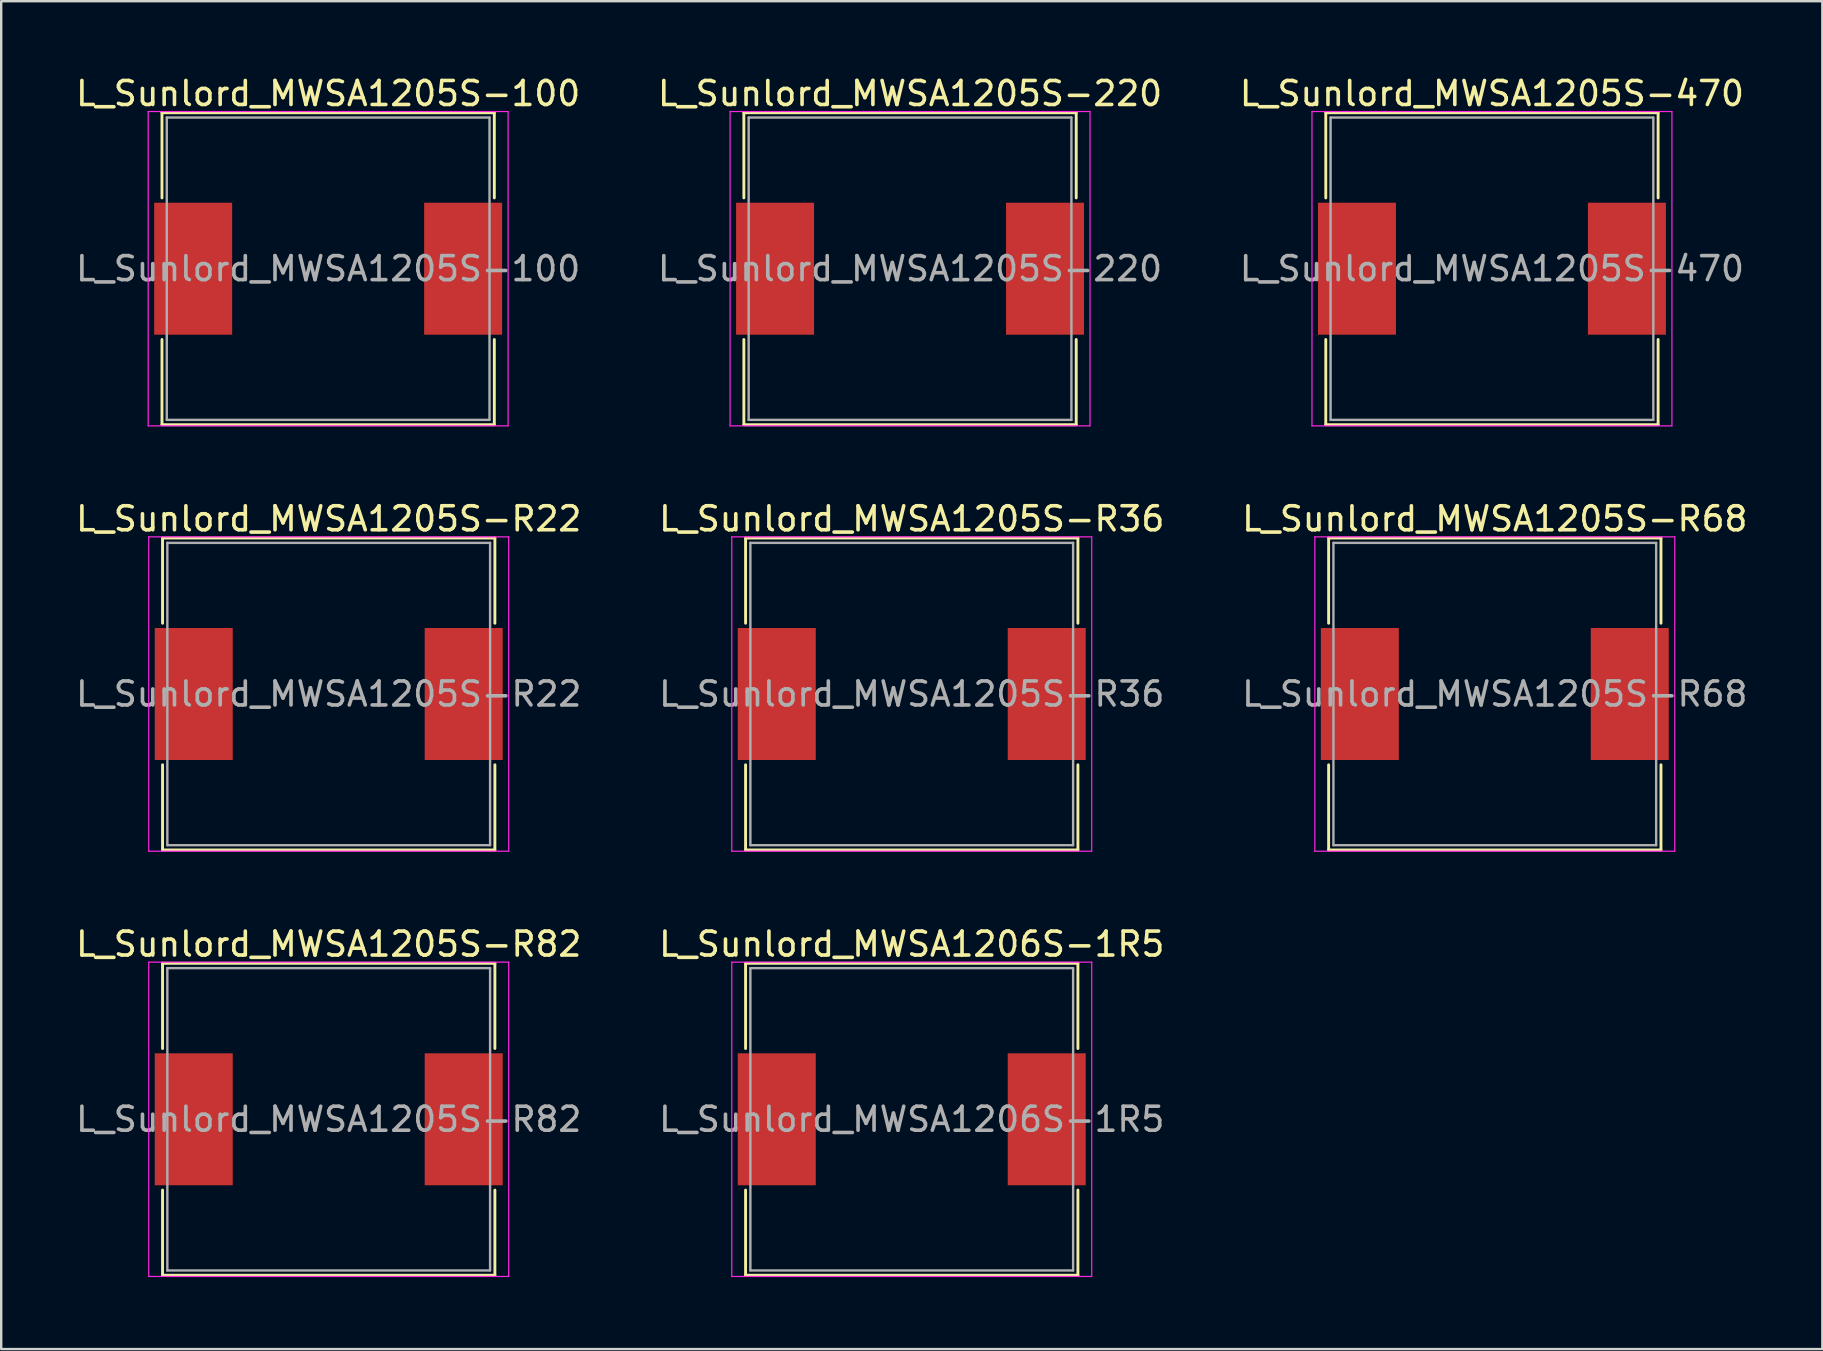
<source format=kicad_pcb>
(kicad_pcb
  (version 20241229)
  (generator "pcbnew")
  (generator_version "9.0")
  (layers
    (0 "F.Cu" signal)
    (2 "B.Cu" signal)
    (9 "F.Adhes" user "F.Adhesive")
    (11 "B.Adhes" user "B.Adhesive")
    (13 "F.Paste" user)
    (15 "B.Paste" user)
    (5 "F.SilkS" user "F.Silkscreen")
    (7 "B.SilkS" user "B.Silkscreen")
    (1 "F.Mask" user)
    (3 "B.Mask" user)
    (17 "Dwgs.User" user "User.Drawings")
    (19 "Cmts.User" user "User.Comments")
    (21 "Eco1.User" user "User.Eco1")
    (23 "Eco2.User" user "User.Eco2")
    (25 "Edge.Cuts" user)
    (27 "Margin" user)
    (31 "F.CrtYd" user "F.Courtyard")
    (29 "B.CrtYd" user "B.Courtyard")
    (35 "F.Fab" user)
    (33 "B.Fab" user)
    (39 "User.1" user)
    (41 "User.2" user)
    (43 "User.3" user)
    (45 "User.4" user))
  (footprint "L_Sunlord_MWSA1206S-1R5"
    (layer "F.Cu")
    (at 34.946 43.595)
    (property "Reference" "L_Sunlord_MWSA1206S-1R5" (at 0 -7.3 0) (layer "F.SilkS") (effects (font (size 1 1) (thickness 0.15))))
    (attr smd)
    (fp_line (start -6.925 -6.5) (end -6.925 -2.95) (stroke (width 0.12) (type solid)) (layer "F.SilkS"))
    (fp_line (start -6.925 -6.5) (end 6.925 -6.5) (stroke (width 0.12) (type solid)) (layer "F.SilkS"))
    (fp_line (start -6.925 6.5) (end -6.925 2.95) (stroke (width 0.12) (type solid)) (layer "F.SilkS"))
    (fp_line (start -6.925 6.5) (end 6.925 6.5) (stroke (width 0.12) (type solid)) (layer "F.SilkS"))
    (fp_line (start 6.925 -6.5) (end 6.925 -2.95) (stroke (width 0.12) (type solid)) (layer "F.SilkS"))
    (fp_line (start 6.925 6.5) (end 6.925 2.95) (stroke (width 0.12) (type solid)) (layer "F.SilkS"))
    (fp_line (start -7.5 -6.55) (end -7.5 6.55) (stroke (width 0.05) (type solid)) (layer "F.CrtYd"))
    (fp_line (start -7.5 6.55) (end 7.5 6.55) (stroke (width 0.05) (type solid)) (layer "F.CrtYd"))
    (fp_line (start 7.5 -6.55) (end -7.5 -6.55) (stroke (width 0.05) (type solid)) (layer "F.CrtYd"))
    (fp_line (start 7.5 6.55) (end 7.5 -6.55) (stroke (width 0.05) (type solid)) (layer "F.CrtYd"))
    (fp_line (start -6.725 -6.3) (end -6.725 6.3) (stroke (width 0.1) (type solid)) (layer "F.Fab"))
    (fp_line (start -6.725 6.3) (end 6.725 6.3) (stroke (width 0.1) (type solid)) (layer "F.Fab"))
    (fp_line (start 6.725 -6.3) (end -6.725 -6.3) (stroke (width 0.1) (type solid)) (layer "F.Fab"))
    (fp_line (start 6.725 6.3) (end 6.725 -6.3) (stroke (width 0.1) (type solid)) (layer "F.Fab"))
    (fp_text user "${REFERENCE}" (at 0 0 0) (layer "F.Fab") (effects (font (size 1 1) (thickness 0.15))))
    (pad "1" smd rect (at -5.625 0) (size 3.25 5.5) (layers "F.Cu" "F.Mask" "F.Paste"))
    (pad "2" smd rect (at 5.625 0) (size 3.25 5.5) (layers "F.Cu" "F.Mask" "F.Paste")))
  (footprint "L_Sunlord_MWSA1205S-R36"
    (layer "F.Cu")
    (at 34.946 25.872)
    (property "Reference" "L_Sunlord_MWSA1205S-R36" (at 0 -7.3 0) (layer "F.SilkS") (effects (font (size 1 1) (thickness 0.15))))
    (attr smd)
    (fp_line (start -6.925 -6.5) (end -6.925 -2.95) (stroke (width 0.12) (type solid)) (layer "F.SilkS"))
    (fp_line (start -6.925 -6.5) (end 6.925 -6.5) (stroke (width 0.12) (type solid)) (layer "F.SilkS"))
    (fp_line (start -6.925 6.5) (end -6.925 2.95) (stroke (width 0.12) (type solid)) (layer "F.SilkS"))
    (fp_line (start -6.925 6.5) (end 6.925 6.5) (stroke (width 0.12) (type solid)) (layer "F.SilkS"))
    (fp_line (start 6.925 -6.5) (end 6.925 -2.95) (stroke (width 0.12) (type solid)) (layer "F.SilkS"))
    (fp_line (start 6.925 6.5) (end 6.925 2.95) (stroke (width 0.12) (type solid)) (layer "F.SilkS"))
    (fp_line (start -7.5 -6.55) (end -7.5 6.55) (stroke (width 0.05) (type solid)) (layer "F.CrtYd"))
    (fp_line (start -7.5 6.55) (end 7.5 6.55) (stroke (width 0.05) (type solid)) (layer "F.CrtYd"))
    (fp_line (start 7.5 -6.55) (end -7.5 -6.55) (stroke (width 0.05) (type solid)) (layer "F.CrtYd"))
    (fp_line (start 7.5 6.55) (end 7.5 -6.55) (stroke (width 0.05) (type solid)) (layer "F.CrtYd"))
    (fp_line (start -6.725 -6.3) (end -6.725 6.3) (stroke (width 0.1) (type solid)) (layer "F.Fab"))
    (fp_line (start -6.725 6.3) (end 6.725 6.3) (stroke (width 0.1) (type solid)) (layer "F.Fab"))
    (fp_line (start 6.725 -6.3) (end -6.725 -6.3) (stroke (width 0.1) (type solid)) (layer "F.Fab"))
    (fp_line (start 6.725 6.3) (end 6.725 -6.3) (stroke (width 0.1) (type solid)) (layer "F.Fab"))
    (fp_text user "${REFERENCE}" (at 0 0 0) (layer "F.Fab") (effects (font (size 1 1) (thickness 0.15))))
    (pad "1" smd rect (at -5.625 0) (size 3.25 5.5) (layers "F.Cu" "F.Mask" "F.Paste"))
    (pad "2" smd rect (at 5.625 0) (size 3.25 5.5) (layers "F.Cu" "F.Mask" "F.Paste")))
  (footprint "L_Sunlord_MWSA1205S-100"
    (layer "F.Cu")
    (at 10.625 8.148)
    (property "Reference" "L_Sunlord_MWSA1205S-100" (at 0 -7.3 0) (layer "F.SilkS") (effects (font (size 1 1) (thickness 0.15))))
    (attr smd)
    (fp_line (start -6.925 -6.5) (end -6.925 -2.95) (stroke (width 0.12) (type solid)) (layer "F.SilkS"))
    (fp_line (start -6.925 -6.5) (end 6.925 -6.5) (stroke (width 0.12) (type solid)) (layer "F.SilkS"))
    (fp_line (start -6.925 6.5) (end -6.925 2.95) (stroke (width 0.12) (type solid)) (layer "F.SilkS"))
    (fp_line (start -6.925 6.5) (end 6.925 6.5) (stroke (width 0.12) (type solid)) (layer "F.SilkS"))
    (fp_line (start 6.925 -6.5) (end 6.925 -2.95) (stroke (width 0.12) (type solid)) (layer "F.SilkS"))
    (fp_line (start 6.925 6.5) (end 6.925 2.95) (stroke (width 0.12) (type solid)) (layer "F.SilkS"))
    (fp_line (start -7.5 -6.55) (end -7.5 6.55) (stroke (width 0.05) (type solid)) (layer "F.CrtYd"))
    (fp_line (start -7.5 6.55) (end 7.5 6.55) (stroke (width 0.05) (type solid)) (layer "F.CrtYd"))
    (fp_line (start 7.5 -6.55) (end -7.5 -6.55) (stroke (width 0.05) (type solid)) (layer "F.CrtYd"))
    (fp_line (start 7.5 6.55) (end 7.5 -6.55) (stroke (width 0.05) (type solid)) (layer "F.CrtYd"))
    (fp_line (start -6.725 -6.3) (end -6.725 6.3) (stroke (width 0.1) (type solid)) (layer "F.Fab"))
    (fp_line (start -6.725 6.3) (end 6.725 6.3) (stroke (width 0.1) (type solid)) (layer "F.Fab"))
    (fp_line (start 6.725 -6.3) (end -6.725 -6.3) (stroke (width 0.1) (type solid)) (layer "F.Fab"))
    (fp_line (start 6.725 6.3) (end 6.725 -6.3) (stroke (width 0.1) (type solid)) (layer "F.Fab"))
    (fp_text user "${REFERENCE}" (at 0 0 0) (layer "F.Fab") (effects (font (size 1 1) (thickness 0.15))))
    (pad "1" smd rect (at -5.625 0) (size 3.25 5.5) (layers "F.Cu" "F.Mask" "F.Paste"))
    (pad "2" smd rect (at 5.625 0) (size 3.25 5.5) (layers "F.Cu" "F.Mask" "F.Paste")))
  (footprint "L_Sunlord_MWSA1205S-R22"
    (layer "F.Cu")
    (at 10.649 25.872)
    (property "Reference" "L_Sunlord_MWSA1205S-R22" (at 0 -7.3 0) (layer "F.SilkS") (effects (font (size 1 1) (thickness 0.15))))
    (attr smd)
    (fp_line (start -6.925 -6.5) (end -6.925 -2.95) (stroke (width 0.12) (type solid)) (layer "F.SilkS"))
    (fp_line (start -6.925 -6.5) (end 6.925 -6.5) (stroke (width 0.12) (type solid)) (layer "F.SilkS"))
    (fp_line (start -6.925 6.5) (end -6.925 2.95) (stroke (width 0.12) (type solid)) (layer "F.SilkS"))
    (fp_line (start -6.925 6.5) (end 6.925 6.5) (stroke (width 0.12) (type solid)) (layer "F.SilkS"))
    (fp_line (start 6.925 -6.5) (end 6.925 -2.95) (stroke (width 0.12) (type solid)) (layer "F.SilkS"))
    (fp_line (start 6.925 6.5) (end 6.925 2.95) (stroke (width 0.12) (type solid)) (layer "F.SilkS"))
    (fp_line (start -7.5 -6.55) (end -7.5 6.55) (stroke (width 0.05) (type solid)) (layer "F.CrtYd"))
    (fp_line (start -7.5 6.55) (end 7.5 6.55) (stroke (width 0.05) (type solid)) (layer "F.CrtYd"))
    (fp_line (start 7.5 -6.55) (end -7.5 -6.55) (stroke (width 0.05) (type solid)) (layer "F.CrtYd"))
    (fp_line (start 7.5 6.55) (end 7.5 -6.55) (stroke (width 0.05) (type solid)) (layer "F.CrtYd"))
    (fp_line (start -6.725 -6.3) (end -6.725 6.3) (stroke (width 0.1) (type solid)) (layer "F.Fab"))
    (fp_line (start -6.725 6.3) (end 6.725 6.3) (stroke (width 0.1) (type solid)) (layer "F.Fab"))
    (fp_line (start 6.725 -6.3) (end -6.725 -6.3) (stroke (width 0.1) (type solid)) (layer "F.Fab"))
    (fp_line (start 6.725 6.3) (end 6.725 -6.3) (stroke (width 0.1) (type solid)) (layer "F.Fab"))
    (fp_text user "${REFERENCE}" (at 0 0 0) (layer "F.Fab") (effects (font (size 1 1) (thickness 0.15))))
    (pad "1" smd rect (at -5.625 0) (size 3.25 5.5) (layers "F.Cu" "F.Mask" "F.Paste"))
    (pad "2" smd rect (at 5.625 0) (size 3.25 5.5) (layers "F.Cu" "F.Mask" "F.Paste")))
  (footprint "L_Sunlord_MWSA1205S-470"
    (layer "F.Cu")
    (at 59.125 8.148)
    (property "Reference" "L_Sunlord_MWSA1205S-470" (at 0 -7.3 0) (layer "F.SilkS") (effects (font (size 1 1) (thickness 0.15))))
    (attr smd)
    (fp_line (start -6.925 -6.5) (end -6.925 -2.95) (stroke (width 0.12) (type solid)) (layer "F.SilkS"))
    (fp_line (start -6.925 -6.5) (end 6.925 -6.5) (stroke (width 0.12) (type solid)) (layer "F.SilkS"))
    (fp_line (start -6.925 6.5) (end -6.925 2.95) (stroke (width 0.12) (type solid)) (layer "F.SilkS"))
    (fp_line (start -6.925 6.5) (end 6.925 6.5) (stroke (width 0.12) (type solid)) (layer "F.SilkS"))
    (fp_line (start 6.925 -6.5) (end 6.925 -2.95) (stroke (width 0.12) (type solid)) (layer "F.SilkS"))
    (fp_line (start 6.925 6.5) (end 6.925 2.95) (stroke (width 0.12) (type solid)) (layer "F.SilkS"))
    (fp_line (start -7.5 -6.55) (end -7.5 6.55) (stroke (width 0.05) (type solid)) (layer "F.CrtYd"))
    (fp_line (start -7.5 6.55) (end 7.5 6.55) (stroke (width 0.05) (type solid)) (layer "F.CrtYd"))
    (fp_line (start 7.5 -6.55) (end -7.5 -6.55) (stroke (width 0.05) (type solid)) (layer "F.CrtYd"))
    (fp_line (start 7.5 6.55) (end 7.5 -6.55) (stroke (width 0.05) (type solid)) (layer "F.CrtYd"))
    (fp_line (start -6.725 -6.3) (end -6.725 6.3) (stroke (width 0.1) (type solid)) (layer "F.Fab"))
    (fp_line (start -6.725 6.3) (end 6.725 6.3) (stroke (width 0.1) (type solid)) (layer "F.Fab"))
    (fp_line (start 6.725 -6.3) (end -6.725 -6.3) (stroke (width 0.1) (type solid)) (layer "F.Fab"))
    (fp_line (start 6.725 6.3) (end 6.725 -6.3) (stroke (width 0.1) (type solid)) (layer "F.Fab"))
    (fp_text user "${REFERENCE}" (at 0 0 0) (layer "F.Fab") (effects (font (size 1 1) (thickness 0.15))))
    (pad "1" smd rect (at -5.625 0) (size 3.25 5.5) (layers "F.Cu" "F.Mask" "F.Paste"))
    (pad "2" smd rect (at 5.625 0) (size 3.25 5.5) (layers "F.Cu" "F.Mask" "F.Paste")))
  (footprint "L_Sunlord_MWSA1205S-R82"
    (layer "F.Cu")
    (at 10.649 43.595)
    (property "Reference" "L_Sunlord_MWSA1205S-R82" (at 0 -7.3 0) (layer "F.SilkS") (effects (font (size 1 1) (thickness 0.15))))
    (attr smd)
    (fp_line (start -6.925 -6.5) (end -6.925 -2.95) (stroke (width 0.12) (type solid)) (layer "F.SilkS"))
    (fp_line (start -6.925 -6.5) (end 6.925 -6.5) (stroke (width 0.12) (type solid)) (layer "F.SilkS"))
    (fp_line (start -6.925 6.5) (end -6.925 2.95) (stroke (width 0.12) (type solid)) (layer "F.SilkS"))
    (fp_line (start -6.925 6.5) (end 6.925 6.5) (stroke (width 0.12) (type solid)) (layer "F.SilkS"))
    (fp_line (start 6.925 -6.5) (end 6.925 -2.95) (stroke (width 0.12) (type solid)) (layer "F.SilkS"))
    (fp_line (start 6.925 6.5) (end 6.925 2.95) (stroke (width 0.12) (type solid)) (layer "F.SilkS"))
    (fp_line (start -7.5 -6.55) (end -7.5 6.55) (stroke (width 0.05) (type solid)) (layer "F.CrtYd"))
    (fp_line (start -7.5 6.55) (end 7.5 6.55) (stroke (width 0.05) (type solid)) (layer "F.CrtYd"))
    (fp_line (start 7.5 -6.55) (end -7.5 -6.55) (stroke (width 0.05) (type solid)) (layer "F.CrtYd"))
    (fp_line (start 7.5 6.55) (end 7.5 -6.55) (stroke (width 0.05) (type solid)) (layer "F.CrtYd"))
    (fp_line (start -6.725 -6.3) (end -6.725 6.3) (stroke (width 0.1) (type solid)) (layer "F.Fab"))
    (fp_line (start -6.725 6.3) (end 6.725 6.3) (stroke (width 0.1) (type solid)) (layer "F.Fab"))
    (fp_line (start 6.725 -6.3) (end -6.725 -6.3) (stroke (width 0.1) (type solid)) (layer "F.Fab"))
    (fp_line (start 6.725 6.3) (end 6.725 -6.3) (stroke (width 0.1) (type solid)) (layer "F.Fab"))
    (fp_text user "${REFERENCE}" (at 0 0 0) (layer "F.Fab") (effects (font (size 1 1) (thickness 0.15))))
    (pad "1" smd rect (at -5.625 0) (size 3.25 5.5) (layers "F.Cu" "F.Mask" "F.Paste"))
    (pad "2" smd rect (at 5.625 0) (size 3.25 5.5) (layers "F.Cu" "F.Mask" "F.Paste")))
  (footprint "L_Sunlord_MWSA1205S-R68"
    (layer "F.Cu")
    (at 59.244 25.872)
    (property "Reference" "L_Sunlord_MWSA1205S-R68" (at 0 -7.3 0) (layer "F.SilkS") (effects (font (size 1 1) (thickness 0.15))))
    (attr smd)
    (fp_line (start -6.925 -6.5) (end -6.925 -2.95) (stroke (width 0.12) (type solid)) (layer "F.SilkS"))
    (fp_line (start -6.925 -6.5) (end 6.925 -6.5) (stroke (width 0.12) (type solid)) (layer "F.SilkS"))
    (fp_line (start -6.925 6.5) (end -6.925 2.95) (stroke (width 0.12) (type solid)) (layer "F.SilkS"))
    (fp_line (start -6.925 6.5) (end 6.925 6.5) (stroke (width 0.12) (type solid)) (layer "F.SilkS"))
    (fp_line (start 6.925 -6.5) (end 6.925 -2.95) (stroke (width 0.12) (type solid)) (layer "F.SilkS"))
    (fp_line (start 6.925 6.5) (end 6.925 2.95) (stroke (width 0.12) (type solid)) (layer "F.SilkS"))
    (fp_line (start -7.5 -6.55) (end -7.5 6.55) (stroke (width 0.05) (type solid)) (layer "F.CrtYd"))
    (fp_line (start -7.5 6.55) (end 7.5 6.55) (stroke (width 0.05) (type solid)) (layer "F.CrtYd"))
    (fp_line (start 7.5 -6.55) (end -7.5 -6.55) (stroke (width 0.05) (type solid)) (layer "F.CrtYd"))
    (fp_line (start 7.5 6.55) (end 7.5 -6.55) (stroke (width 0.05) (type solid)) (layer "F.CrtYd"))
    (fp_line (start -6.725 -6.3) (end -6.725 6.3) (stroke (width 0.1) (type solid)) (layer "F.Fab"))
    (fp_line (start -6.725 6.3) (end 6.725 6.3) (stroke (width 0.1) (type solid)) (layer "F.Fab"))
    (fp_line (start 6.725 -6.3) (end -6.725 -6.3) (stroke (width 0.1) (type solid)) (layer "F.Fab"))
    (fp_line (start 6.725 6.3) (end 6.725 -6.3) (stroke (width 0.1) (type solid)) (layer "F.Fab"))
    (fp_text user "${REFERENCE}" (at 0 0 0) (layer "F.Fab") (effects (font (size 1 1) (thickness 0.15))))
    (pad "1" smd rect (at -5.625 0) (size 3.25 5.5) (layers "F.Cu" "F.Mask" "F.Paste"))
    (pad "2" smd rect (at 5.625 0) (size 3.25 5.5) (layers "F.Cu" "F.Mask" "F.Paste")))
  (footprint "L_Sunlord_MWSA1205S-220"
    (layer "F.Cu")
    (at 34.875 8.148)
    (property "Reference" "L_Sunlord_MWSA1205S-220" (at 0 -7.3 0) (layer "F.SilkS") (effects (font (size 1 1) (thickness 0.15))))
    (attr smd)
    (fp_line (start -6.925 -6.5) (end -6.925 -2.95) (stroke (width 0.12) (type solid)) (layer "F.SilkS"))
    (fp_line (start -6.925 -6.5) (end 6.925 -6.5) (stroke (width 0.12) (type solid)) (layer "F.SilkS"))
    (fp_line (start -6.925 6.5) (end -6.925 2.95) (stroke (width 0.12) (type solid)) (layer "F.SilkS"))
    (fp_line (start -6.925 6.5) (end 6.925 6.5) (stroke (width 0.12) (type solid)) (layer "F.SilkS"))
    (fp_line (start 6.925 -6.5) (end 6.925 -2.95) (stroke (width 0.12) (type solid)) (layer "F.SilkS"))
    (fp_line (start 6.925 6.5) (end 6.925 2.95) (stroke (width 0.12) (type solid)) (layer "F.SilkS"))
    (fp_line (start -7.5 -6.55) (end -7.5 6.55) (stroke (width 0.05) (type solid)) (layer "F.CrtYd"))
    (fp_line (start -7.5 6.55) (end 7.5 6.55) (stroke (width 0.05) (type solid)) (layer "F.CrtYd"))
    (fp_line (start 7.5 -6.55) (end -7.5 -6.55) (stroke (width 0.05) (type solid)) (layer "F.CrtYd"))
    (fp_line (start 7.5 6.55) (end 7.5 -6.55) (stroke (width 0.05) (type solid)) (layer "F.CrtYd"))
    (fp_line (start -6.725 -6.3) (end -6.725 6.3) (stroke (width 0.1) (type solid)) (layer "F.Fab"))
    (fp_line (start -6.725 6.3) (end 6.725 6.3) (stroke (width 0.1) (type solid)) (layer "F.Fab"))
    (fp_line (start 6.725 -6.3) (end -6.725 -6.3) (stroke (width 0.1) (type solid)) (layer "F.Fab"))
    (fp_line (start 6.725 6.3) (end 6.725 -6.3) (stroke (width 0.1) (type solid)) (layer "F.Fab"))
    (fp_text user "${REFERENCE}" (at 0 0 0) (layer "F.Fab") (effects (font (size 1 1) (thickness 0.15))))
    (pad "1" smd rect (at -5.625 0) (size 3.25 5.5) (layers "F.Cu" "F.Mask" "F.Paste"))
    (pad "2" smd rect (at 5.625 0) (size 3.25 5.5) (layers "F.Cu" "F.Mask" "F.Paste")))
  (gr_rect
    (start -3 -3)
    (end 72.893 53.17)
    (stroke (width 0.1) (type default))
    (fill no)
    (layer "Edge.Cuts")))
</source>
